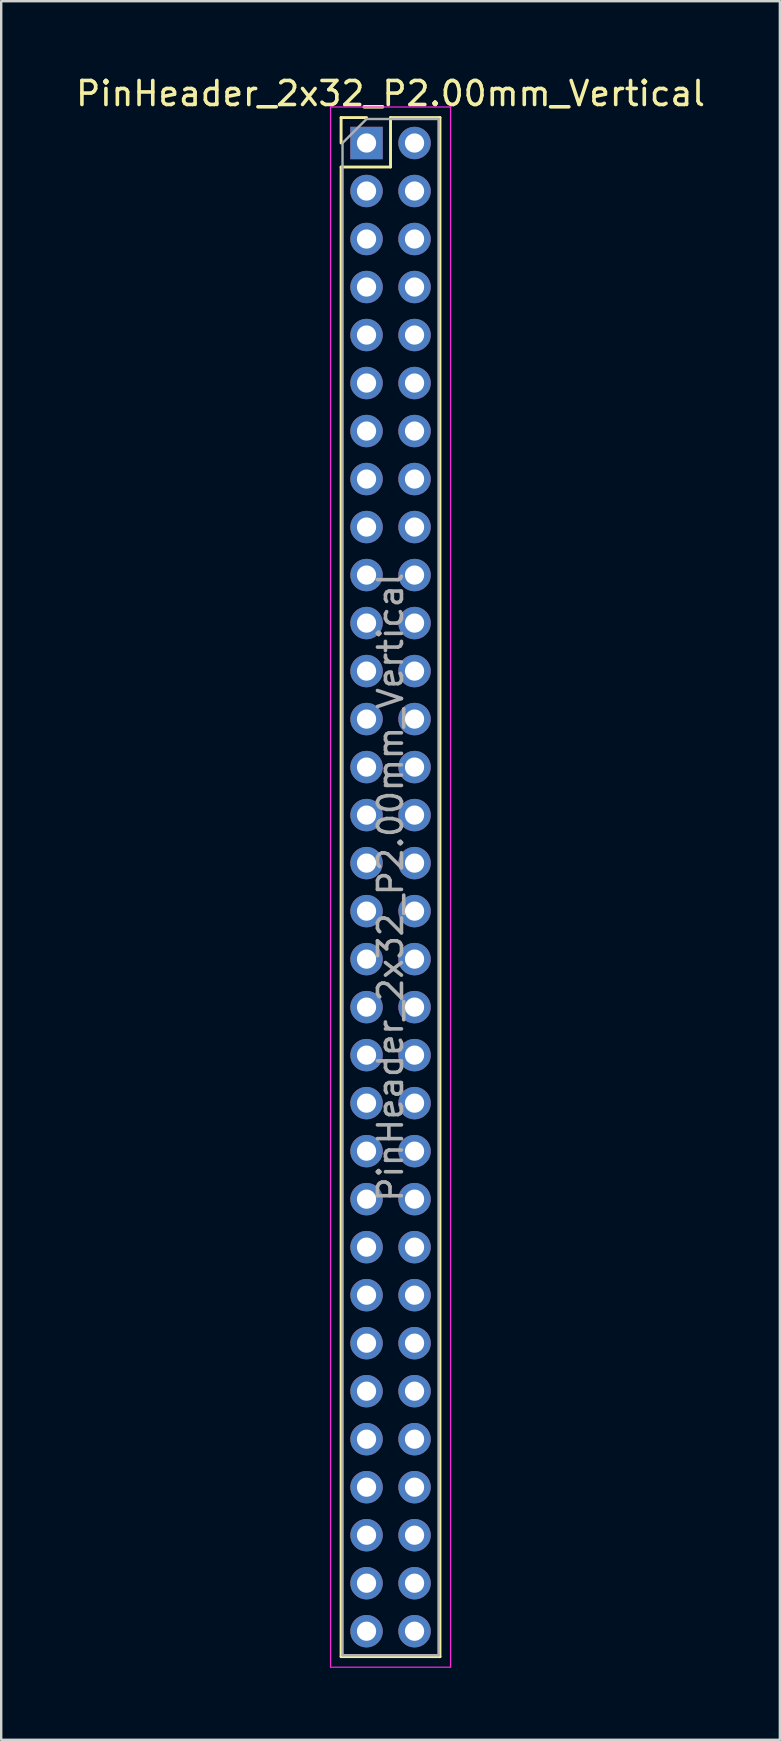
<source format=kicad_pcb>
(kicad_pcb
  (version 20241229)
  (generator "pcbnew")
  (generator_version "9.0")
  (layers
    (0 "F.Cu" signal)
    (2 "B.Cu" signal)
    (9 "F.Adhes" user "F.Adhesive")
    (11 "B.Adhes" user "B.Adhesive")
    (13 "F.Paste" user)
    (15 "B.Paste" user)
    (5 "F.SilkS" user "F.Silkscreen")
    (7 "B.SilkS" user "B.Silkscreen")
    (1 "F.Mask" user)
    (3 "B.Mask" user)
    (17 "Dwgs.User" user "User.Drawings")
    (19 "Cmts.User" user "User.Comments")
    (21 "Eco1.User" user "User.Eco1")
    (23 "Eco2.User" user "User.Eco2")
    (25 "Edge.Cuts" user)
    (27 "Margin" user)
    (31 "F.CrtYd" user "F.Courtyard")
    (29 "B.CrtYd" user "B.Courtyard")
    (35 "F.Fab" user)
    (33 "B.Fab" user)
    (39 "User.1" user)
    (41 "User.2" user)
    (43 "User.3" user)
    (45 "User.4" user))
  (footprint "PinHeader_2x32_P2.00mm_Vertical"
    (layer "F.Cu")
    (at 12.22 2.908)
    (property "Reference" "PinHeader_2x32_P2.00mm_Vertical" (at 1 -2.06 0) (layer "F.SilkS") (effects (font (size 1 1) (thickness 0.15))))
    (attr through_hole)
    (fp_line (start -1.06 -1.06) (end 0 -1.06) (stroke (width 0.12) (type solid)) (layer "F.SilkS"))
    (fp_line (start -1.06 0) (end -1.06 -1.06) (stroke (width 0.12) (type solid)) (layer "F.SilkS"))
    (fp_line (start -1.06 1) (end -1.06 63.06) (stroke (width 0.12) (type solid)) (layer "F.SilkS"))
    (fp_line (start -1.06 1) (end 1 1) (stroke (width 0.12) (type solid)) (layer "F.SilkS"))
    (fp_line (start -1.06 63.06) (end 3.06 63.06) (stroke (width 0.12) (type solid)) (layer "F.SilkS"))
    (fp_line (start 1 -1.06) (end 3.06 -1.06) (stroke (width 0.12) (type solid)) (layer "F.SilkS"))
    (fp_line (start 1 1) (end 1 -1.06) (stroke (width 0.12) (type solid)) (layer "F.SilkS"))
    (fp_line (start 3.06 -1.06) (end 3.06 63.06) (stroke (width 0.12) (type solid)) (layer "F.SilkS"))
    (fp_line (start -1.5 -1.5) (end -1.5 63.5) (stroke (width 0.05) (type solid)) (layer "F.CrtYd"))
    (fp_line (start -1.5 63.5) (end 3.5 63.5) (stroke (width 0.05) (type solid)) (layer "F.CrtYd"))
    (fp_line (start 3.5 -1.5) (end -1.5 -1.5) (stroke (width 0.05) (type solid)) (layer "F.CrtYd"))
    (fp_line (start 3.5 63.5) (end 3.5 -1.5) (stroke (width 0.05) (type solid)) (layer "F.CrtYd"))
    (fp_line (start -1 0) (end 0 -1) (stroke (width 0.1) (type solid)) (layer "F.Fab"))
    (fp_line (start -1 63) (end -1 0) (stroke (width 0.1) (type solid)) (layer "F.Fab"))
    (fp_line (start 0 -1) (end 3 -1) (stroke (width 0.1) (type solid)) (layer "F.Fab"))
    (fp_line (start 3 -1) (end 3 63) (stroke (width 0.1) (type solid)) (layer "F.Fab"))
    (fp_line (start 3 63) (end -1 63) (stroke (width 0.1) (type solid)) (layer "F.Fab"))
    (fp_text user "${REFERENCE}" (at 1 31 90) (layer "F.Fab") (effects (font (size 1 1) (thickness 0.15))))
    (pad "1" thru_hole rect (at 0 0) (size 1.35 1.35) (drill 0.8) (layers "*.Cu" "*.Mask"))
    (pad "2" thru_hole oval (at 2 0) (size 1.35 1.35) (drill 0.8) (layers "*.Cu" "*.Mask"))
    (pad "3" thru_hole oval (at 0 2) (size 1.35 1.35) (drill 0.8) (layers "*.Cu" "*.Mask"))
    (pad "4" thru_hole oval (at 2 2) (size 1.35 1.35) (drill 0.8) (layers "*.Cu" "*.Mask"))
    (pad "5" thru_hole oval (at 0 4) (size 1.35 1.35) (drill 0.8) (layers "*.Cu" "*.Mask"))
    (pad "6" thru_hole oval (at 2 4) (size 1.35 1.35) (drill 0.8) (layers "*.Cu" "*.Mask"))
    (pad "7" thru_hole oval (at 0 6) (size 1.35 1.35) (drill 0.8) (layers "*.Cu" "*.Mask"))
    (pad "8" thru_hole oval (at 2 6) (size 1.35 1.35) (drill 0.8) (layers "*.Cu" "*.Mask"))
    (pad "9" thru_hole oval (at 0 8) (size 1.35 1.35) (drill 0.8) (layers "*.Cu" "*.Mask"))
    (pad "10" thru_hole oval (at 2 8) (size 1.35 1.35) (drill 0.8) (layers "*.Cu" "*.Mask"))
    (pad "11" thru_hole oval (at 0 10) (size 1.35 1.35) (drill 0.8) (layers "*.Cu" "*.Mask"))
    (pad "12" thru_hole oval (at 2 10) (size 1.35 1.35) (drill 0.8) (layers "*.Cu" "*.Mask"))
    (pad "13" thru_hole oval (at 0 12) (size 1.35 1.35) (drill 0.8) (layers "*.Cu" "*.Mask"))
    (pad "14" thru_hole oval (at 2 12) (size 1.35 1.35) (drill 0.8) (layers "*.Cu" "*.Mask"))
    (pad "15" thru_hole oval (at 0 14) (size 1.35 1.35) (drill 0.8) (layers "*.Cu" "*.Mask"))
    (pad "16" thru_hole oval (at 2 14) (size 1.35 1.35) (drill 0.8) (layers "*.Cu" "*.Mask"))
    (pad "17" thru_hole oval (at 0 16) (size 1.35 1.35) (drill 0.8) (layers "*.Cu" "*.Mask"))
    (pad "18" thru_hole oval (at 2 16) (size 1.35 1.35) (drill 0.8) (layers "*.Cu" "*.Mask"))
    (pad "19" thru_hole oval (at 0 18) (size 1.35 1.35) (drill 0.8) (layers "*.Cu" "*.Mask"))
    (pad "20" thru_hole oval (at 2 18) (size 1.35 1.35) (drill 0.8) (layers "*.Cu" "*.Mask"))
    (pad "21" thru_hole oval (at 0 20) (size 1.35 1.35) (drill 0.8) (layers "*.Cu" "*.Mask"))
    (pad "22" thru_hole oval (at 2 20) (size 1.35 1.35) (drill 0.8) (layers "*.Cu" "*.Mask"))
    (pad "23" thru_hole oval (at 0 22) (size 1.35 1.35) (drill 0.8) (layers "*.Cu" "*.Mask"))
    (pad "24" thru_hole oval (at 2 22) (size 1.35 1.35) (drill 0.8) (layers "*.Cu" "*.Mask"))
    (pad "25" thru_hole oval (at 0 24) (size 1.35 1.35) (drill 0.8) (layers "*.Cu" "*.Mask"))
    (pad "26" thru_hole oval (at 2 24) (size 1.35 1.35) (drill 0.8) (layers "*.Cu" "*.Mask"))
    (pad "27" thru_hole oval (at 0 26) (size 1.35 1.35) (drill 0.8) (layers "*.Cu" "*.Mask"))
    (pad "28" thru_hole oval (at 2 26) (size 1.35 1.35) (drill 0.8) (layers "*.Cu" "*.Mask"))
    (pad "29" thru_hole oval (at 0 28) (size 1.35 1.35) (drill 0.8) (layers "*.Cu" "*.Mask"))
    (pad "30" thru_hole oval (at 2 28) (size 1.35 1.35) (drill 0.8) (layers "*.Cu" "*.Mask"))
    (pad "31" thru_hole oval (at 0 30) (size 1.35 1.35) (drill 0.8) (layers "*.Cu" "*.Mask"))
    (pad "32" thru_hole oval (at 2 30) (size 1.35 1.35) (drill 0.8) (layers "*.Cu" "*.Mask"))
    (pad "33" thru_hole oval (at 0 32) (size 1.35 1.35) (drill 0.8) (layers "*.Cu" "*.Mask"))
    (pad "34" thru_hole oval (at 2 32) (size 1.35 1.35) (drill 0.8) (layers "*.Cu" "*.Mask"))
    (pad "35" thru_hole oval (at 0 34) (size 1.35 1.35) (drill 0.8) (layers "*.Cu" "*.Mask"))
    (pad "36" thru_hole oval (at 2 34) (size 1.35 1.35) (drill 0.8) (layers "*.Cu" "*.Mask"))
    (pad "37" thru_hole oval (at 0 36) (size 1.35 1.35) (drill 0.8) (layers "*.Cu" "*.Mask"))
    (pad "38" thru_hole oval (at 2 36) (size 1.35 1.35) (drill 0.8) (layers "*.Cu" "*.Mask"))
    (pad "39" thru_hole oval (at 0 38) (size 1.35 1.35) (drill 0.8) (layers "*.Cu" "*.Mask"))
    (pad "40" thru_hole oval (at 2 38) (size 1.35 1.35) (drill 0.8) (layers "*.Cu" "*.Mask"))
    (pad "41" thru_hole oval (at 0 40) (size 1.35 1.35) (drill 0.8) (layers "*.Cu" "*.Mask"))
    (pad "42" thru_hole oval (at 2 40) (size 1.35 1.35) (drill 0.8) (layers "*.Cu" "*.Mask"))
    (pad "43" thru_hole oval (at 0 42) (size 1.35 1.35) (drill 0.8) (layers "*.Cu" "*.Mask"))
    (pad "44" thru_hole oval (at 2 42) (size 1.35 1.35) (drill 0.8) (layers "*.Cu" "*.Mask"))
    (pad "45" thru_hole oval (at 0 44) (size 1.35 1.35) (drill 0.8) (layers "*.Cu" "*.Mask"))
    (pad "46" thru_hole oval (at 2 44) (size 1.35 1.35) (drill 0.8) (layers "*.Cu" "*.Mask"))
    (pad "47" thru_hole oval (at 0 46) (size 1.35 1.35) (drill 0.8) (layers "*.Cu" "*.Mask"))
    (pad "48" thru_hole oval (at 2 46) (size 1.35 1.35) (drill 0.8) (layers "*.Cu" "*.Mask"))
    (pad "49" thru_hole oval (at 0 48) (size 1.35 1.35) (drill 0.8) (layers "*.Cu" "*.Mask"))
    (pad "50" thru_hole oval (at 2 48) (size 1.35 1.35) (drill 0.8) (layers "*.Cu" "*.Mask"))
    (pad "51" thru_hole oval (at 0 50) (size 1.35 1.35) (drill 0.8) (layers "*.Cu" "*.Mask"))
    (pad "52" thru_hole oval (at 2 50) (size 1.35 1.35) (drill 0.8) (layers "*.Cu" "*.Mask"))
    (pad "53" thru_hole oval (at 0 52) (size 1.35 1.35) (drill 0.8) (layers "*.Cu" "*.Mask"))
    (pad "54" thru_hole oval (at 2 52) (size 1.35 1.35) (drill 0.8) (layers "*.Cu" "*.Mask"))
    (pad "55" thru_hole oval (at 0 54) (size 1.35 1.35) (drill 0.8) (layers "*.Cu" "*.Mask"))
    (pad "56" thru_hole oval (at 2 54) (size 1.35 1.35) (drill 0.8) (layers "*.Cu" "*.Mask"))
    (pad "57" thru_hole oval (at 0 56) (size 1.35 1.35) (drill 0.8) (layers "*.Cu" "*.Mask"))
    (pad "58" thru_hole oval (at 2 56) (size 1.35 1.35) (drill 0.8) (layers "*.Cu" "*.Mask"))
    (pad "59" thru_hole oval (at 0 58) (size 1.35 1.35) (drill 0.8) (layers "*.Cu" "*.Mask"))
    (pad "60" thru_hole oval (at 2 58) (size 1.35 1.35) (drill 0.8) (layers "*.Cu" "*.Mask"))
    (pad "61" thru_hole oval (at 0 60) (size 1.35 1.35) (drill 0.8) (layers "*.Cu" "*.Mask"))
    (pad "62" thru_hole oval (at 2 60) (size 1.35 1.35) (drill 0.8) (layers "*.Cu" "*.Mask"))
    (pad "63" thru_hole oval (at 0 62) (size 1.35 1.35) (drill 0.8) (layers "*.Cu" "*.Mask"))
    (pad "64" thru_hole oval (at 2 62) (size 1.35 1.35) (drill 0.8) (layers "*.Cu" "*.Mask")))
  (gr_rect
    (start -3 -3)
    (end 29.44 69.433)
    (stroke (width 0.1) (type default))
    (fill no)
    (layer "Edge.Cuts")))
</source>
